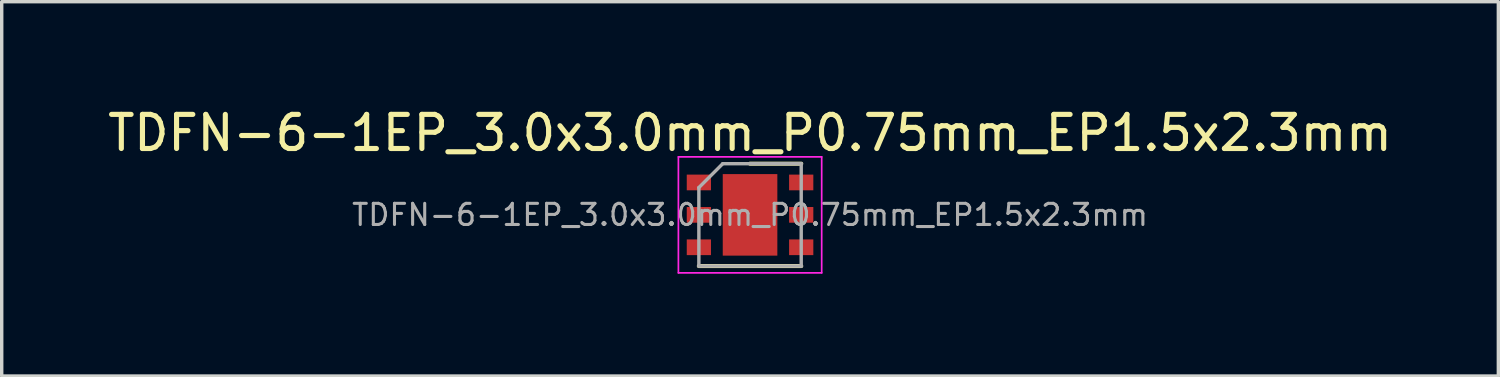
<source format=kicad_pcb>
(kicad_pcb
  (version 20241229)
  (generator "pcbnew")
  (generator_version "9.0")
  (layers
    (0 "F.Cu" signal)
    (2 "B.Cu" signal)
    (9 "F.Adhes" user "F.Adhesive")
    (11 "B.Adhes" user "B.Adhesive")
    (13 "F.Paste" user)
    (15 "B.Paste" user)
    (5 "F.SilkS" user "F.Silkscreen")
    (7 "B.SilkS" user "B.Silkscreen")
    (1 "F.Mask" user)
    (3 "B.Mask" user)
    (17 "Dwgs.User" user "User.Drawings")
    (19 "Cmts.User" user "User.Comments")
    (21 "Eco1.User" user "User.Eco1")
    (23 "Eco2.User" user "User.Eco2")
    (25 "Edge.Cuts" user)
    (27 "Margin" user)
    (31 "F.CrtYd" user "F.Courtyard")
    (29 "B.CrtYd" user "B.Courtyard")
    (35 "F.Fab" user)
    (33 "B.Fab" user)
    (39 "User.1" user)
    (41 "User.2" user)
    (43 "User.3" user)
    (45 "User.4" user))
  (footprint "TDFN-6-1EP_3.0x3.0mm_P0.75mm_EP1.5x2.3mm"
    (layer "F.Cu")
    (at 18.935 3.248)
    (property "Reference" "TDFN-6-1EP_3.0x3.0mm_P0.75mm_EP1.5x2.3mm" (at 0 -2.4 0) (layer "F.SilkS") (effects (font (size 1 1) (thickness 0.15))))
    (attr smd)
    (fp_line (start -1.5 1.5) (end 1.5 1.5) (stroke (width 0.12) (type solid)) (layer "F.SilkS"))
    (fp_line (start 0 -1.5) (end 1.5 -1.5) (stroke (width 0.12) (type solid)) (layer "F.SilkS"))
    (fp_line (start -2.1 -1.7) (end -2.1 1.7) (stroke (width 0.05) (type solid)) (layer "F.CrtYd"))
    (fp_line (start -2.1 1.7) (end 2.1 1.7) (stroke (width 0.05) (type solid)) (layer "F.CrtYd"))
    (fp_line (start 2.1 -1.7) (end -2.1 -1.7) (stroke (width 0.05) (type solid)) (layer "F.CrtYd"))
    (fp_line (start 2.1 1.7) (end 2.1 -1.7) (stroke (width 0.05) (type solid)) (layer "F.CrtYd"))
    (fp_line (start -1.5 -0.8) (end -0.8 -1.5) (stroke (width 0.1) (type solid)) (layer "F.Fab"))
    (fp_line (start -1.5 1.5) (end -1.5 -0.8) (stroke (width 0.1) (type solid)) (layer "F.Fab"))
    (fp_line (start -0.8 -1.5) (end 1.5 -1.5) (stroke (width 0.1) (type solid)) (layer "F.Fab"))
    (fp_line (start 1.5 -1.5) (end 1.5 1.5) (stroke (width 0.1) (type solid)) (layer "F.Fab"))
    (fp_line (start 1.5 1.5) (end -1.5 1.5) (stroke (width 0.1) (type solid)) (layer "F.Fab"))
    (fp_text user "${REFERENCE}" (at 0 0 0) (layer "F.Fab") (effects (font (size 0.62 0.62) (thickness 0.09))))
    (pad "" smd roundrect (at -0.383 -0.598) (size 0.635 1.005) (layers "F.Paste") (roundrect_rratio 0.25))
    (pad "" smd roundrect (at -0.383 0.598) (size 0.635 1.005) (layers "F.Paste") (roundrect_rratio 0.25))
    (pad "" smd roundrect (at 0.383 -0.598) (size 0.635 1.005) (layers "F.Paste") (roundrect_rratio 0.25))
    (pad "" smd roundrect (at 0.383 0.598) (size 0.635 1.005) (layers "F.Paste") (roundrect_rratio 0.25))
    (pad "1" smd rect (at -1.5 -0.95) (size 0.71 0.46) (layers "F.Cu" "F.Mask" "F.Paste"))
    (pad "2" smd rect (at -1.5 0) (size 0.71 0.46) (layers "F.Cu" "F.Mask" "F.Paste"))
    (pad "3" smd rect (at -1.5 0.95) (size 0.71 0.46) (layers "F.Cu" "F.Mask" "F.Paste"))
    (pad "4" smd rect (at 1.5 0.95) (size 0.71 0.46) (layers "F.Cu" "F.Mask" "F.Paste"))
    (pad "5" smd rect (at 1.5 0) (size 0.71 0.46) (layers "F.Cu" "F.Mask" "F.Paste"))
    (pad "6" smd rect (at 1.5 -0.95) (size 0.71 0.46) (layers "F.Cu" "F.Mask" "F.Paste"))
    (pad "7" smd rect (at 0 0) (size 1.6 2.39) (layers "F.Cu" "F.Mask")))
  (gr_rect
    (start -3 -3)
    (end 40.869 7.973)
    (stroke (width 0.1) (type default))
    (fill no)
    (layer "Edge.Cuts")))
</source>
